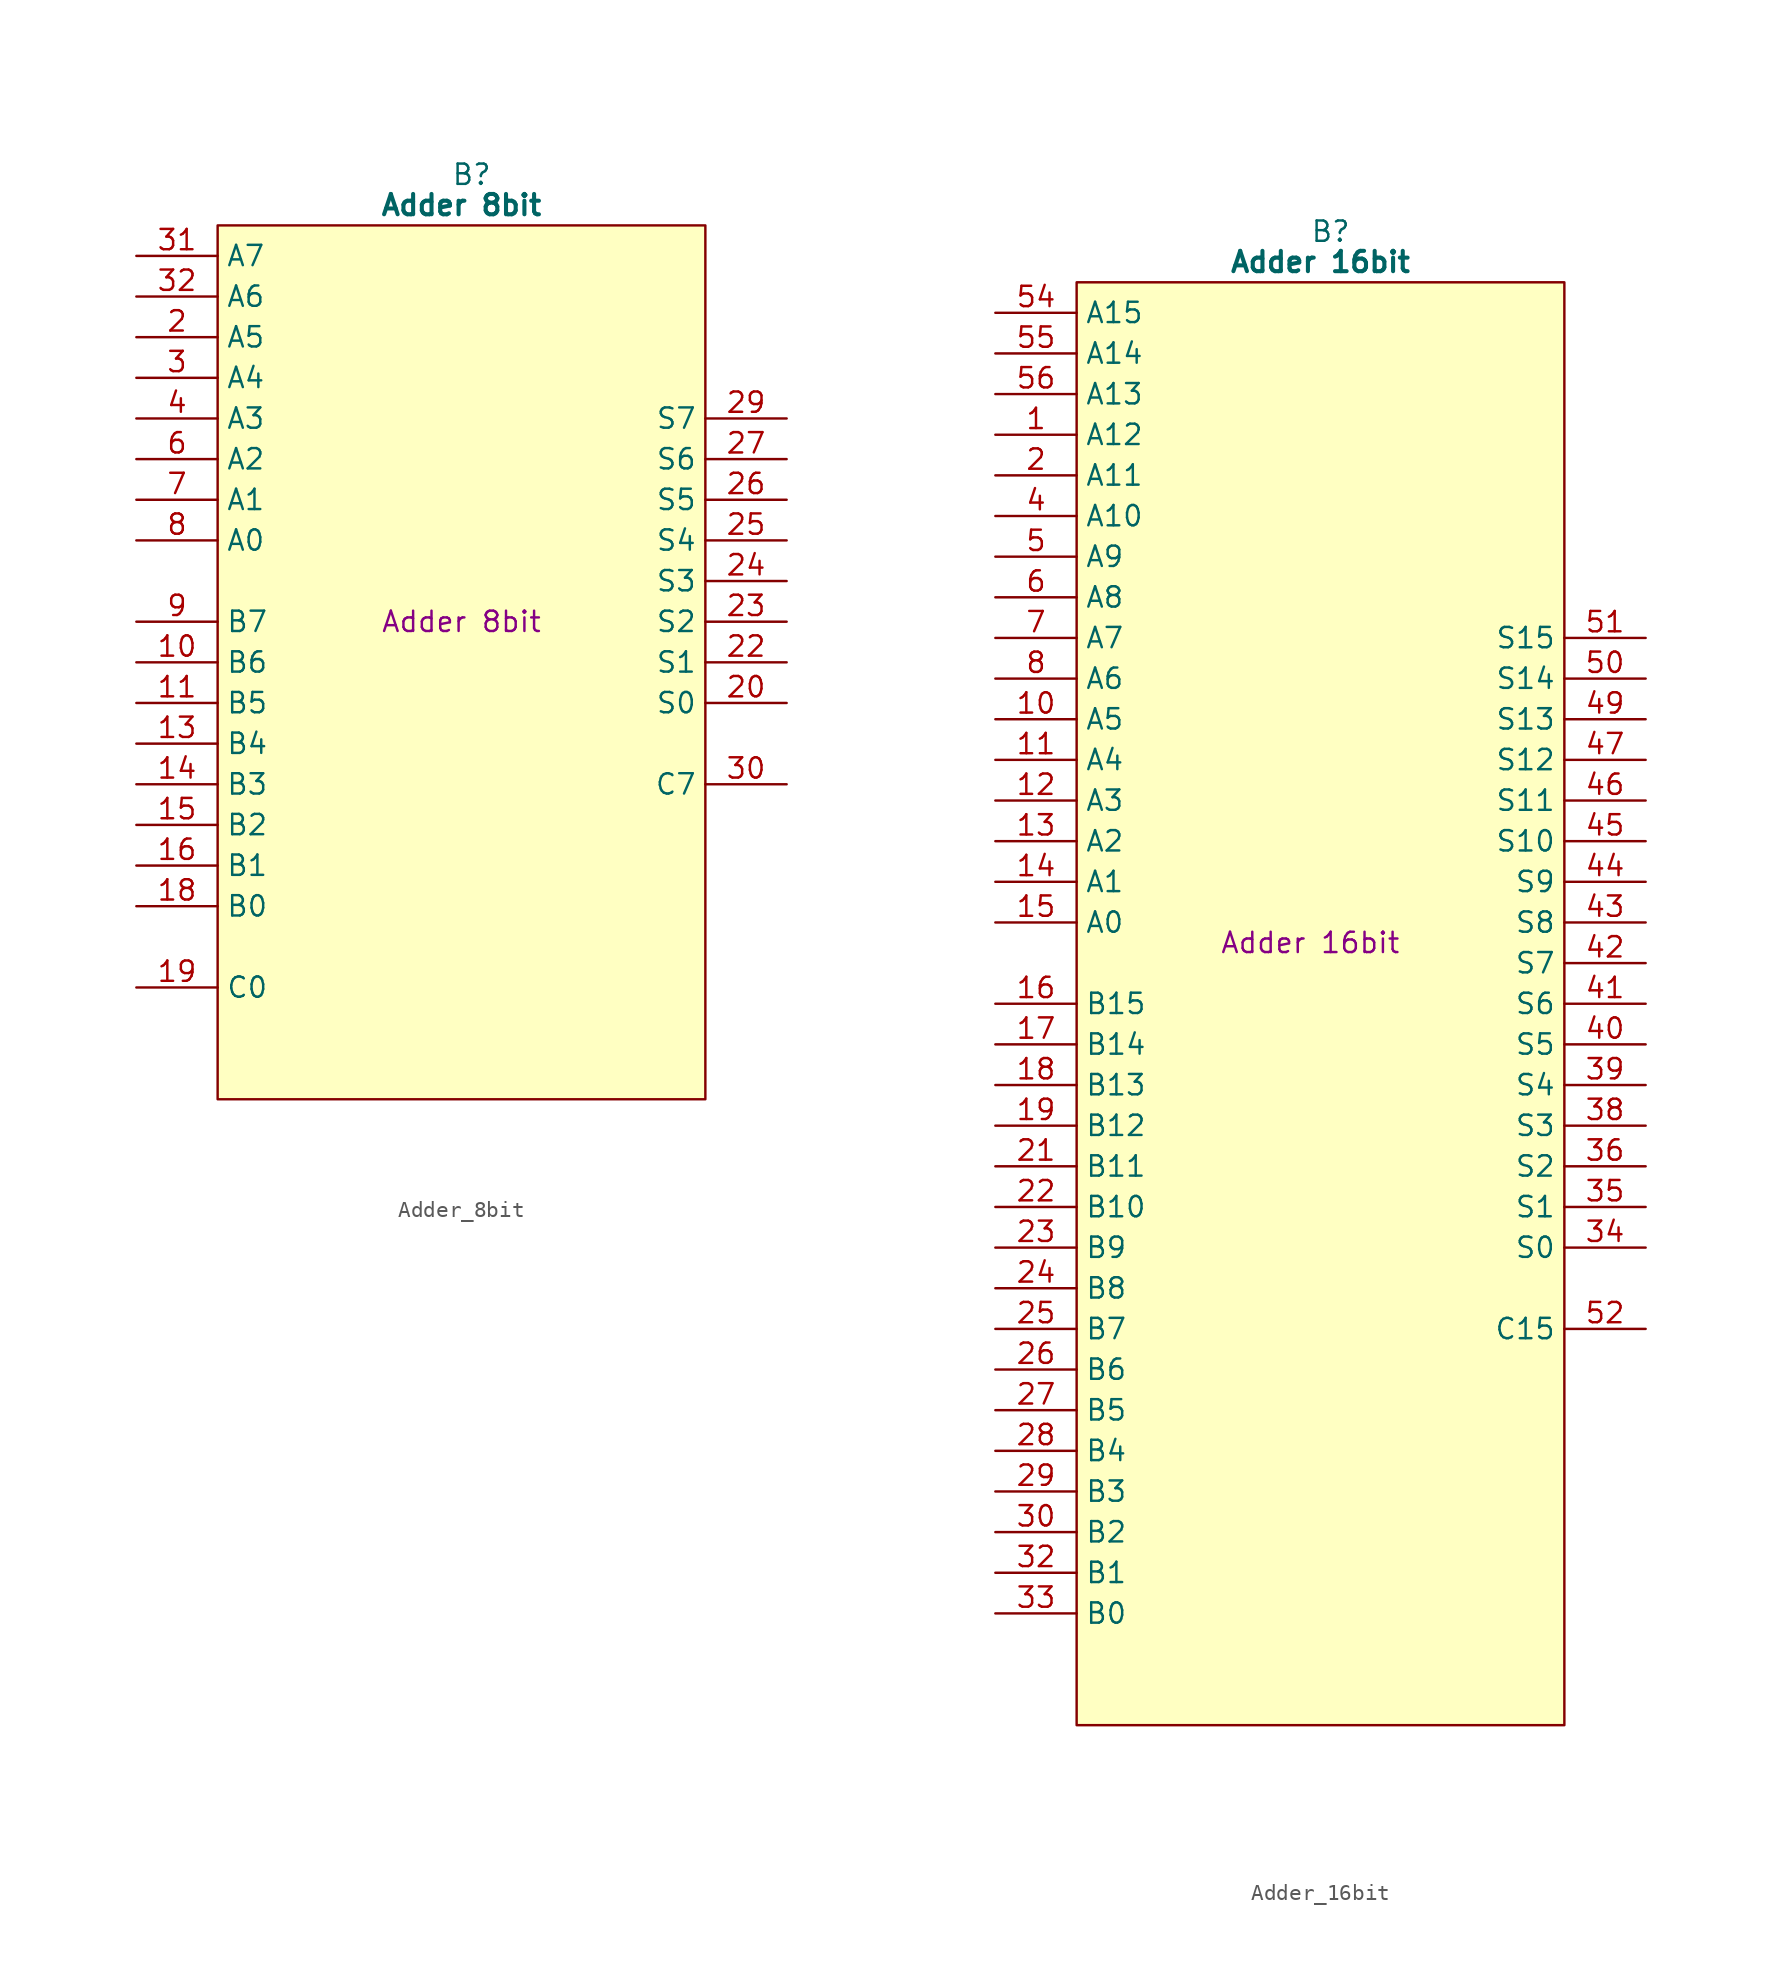
<source format=kicad_sym>
(kicad_symbol_lib
  (version 20241209)
  (generator "kicad_symbol_editor")
  (generator_version "9.0")
  (symbol "Adder_8bit"
    (property "Reference" "B"
      (at 15.875 5.08 0)
      (effects (font (size 1.27 1.27))))
    (property "Value" "Adder 8bit"
      (at 15.24 3.175 0)
      (effects (font (size 1.27 1.27) (bold yes))))
    (property "Description" "Adder 8bit"
      (at 15.24 -22.86 0)
      (effects (font (size 1.27 1.27))))
    (symbol "Adder_8bit_0_1"
      (polyline (pts (xy 0 1.905) (xy 30.48 1.905) (xy 30.48 -52.705) (xy 0 -52.705) (xy 0 1.905)) (stroke (width 0.152) (type default)) (fill (type background))))
    (symbol "Adder_8bit_1_0"
      (pin input line (at -5.08 -38.1 0) (length 5.08) (name "B1" (effects (font (size 1.27 1.27)))) (number "16" (effects (font (size 1.27 1.27)))))
      (pin input line (at -5.08 -40.64 0) (length 5.08) (name "B0" (effects (font (size 1.27 1.27)))) (number "18" (effects (font (size 1.27 1.27)))))
      (pin input line (at -5.08 -45.72 0) (length 5.08) (name "C0" (effects (font (size 1.27 1.27)))) (number "19" (effects (font (size 1.27 1.27)))))
      (pin passive line (at 35.56 -2.54 180) (length 5.08) (hide yes) (name "GND" (effects (font (size 1.27 1.27)))) (number "12" (effects (font (size 1.27 1.27)))))
      (pin output line (at 35.56 -17.78 180) (length 5.08) (name "S4" (effects (font (size 1.27 1.27)))) (number "25" (effects (font (size 1.27 1.27)))))
      (pin output line (at 35.56 -20.32 180) (length 5.08) (name "S3" (effects (font (size 1.27 1.27)))) (number "24" (effects (font (size 1.27 1.27)))))
      (pin output line (at 35.56 -22.86 180) (length 5.08) (name "S2" (effects (font (size 1.27 1.27)))) (number "23" (effects (font (size 1.27 1.27)))))
      (pin output line (at 35.56 -27.94 180) (length 5.08) (name "S0" (effects (font (size 1.27 1.27)))) (number "20" (effects (font (size 1.27 1.27))))))
    (symbol "Adder_8bit_1_1"
      (pin input line (at -5.08 0 0) (length 5.08) (name "A7" (effects (font (size 1.27 1.27)))) (number "31" (effects (font (size 1.27 1.27)))))
      (pin input line (at -5.08 -2.54 0) (length 5.08) (name "A6" (effects (font (size 1.27 1.27)))) (number "32" (effects (font (size 1.27 1.27)))))
      (pin input line (at -5.08 -5.08 0) (length 5.08) (name "A5" (effects (font (size 1.27 1.27)))) (number "2" (effects (font (size 1.27 1.27)))))
      (pin input line (at -5.08 -7.62 0) (length 5.08) (name "A4" (effects (font (size 1.27 1.27)))) (number "3" (effects (font (size 1.27 1.27)))))
      (pin input line (at -5.08 -10.16 0) (length 5.08) (name "A3" (effects (font (size 1.27 1.27)))) (number "4" (effects (font (size 1.27 1.27)))))
      (pin input line (at -5.08 -12.7 0) (length 5.08) (name "A2" (effects (font (size 1.27 1.27)))) (number "6" (effects (font (size 1.27 1.27)))))
      (pin input line (at -5.08 -15.24 0) (length 5.08) (name "A1" (effects (font (size 1.27 1.27)))) (number "7" (effects (font (size 1.27 1.27)))))
      (pin input line (at -5.08 -17.78 0) (length 5.08) (name "A0" (effects (font (size 1.27 1.27)))) (number "8" (effects (font (size 1.27 1.27)))))
      (pin input line (at -5.08 -22.86 0) (length 5.08) (name "B7" (effects (font (size 1.27 1.27)))) (number "9" (effects (font (size 1.27 1.27)))))
      (pin input line (at -5.08 -25.4 0) (length 5.08) (name "B6" (effects (font (size 1.27 1.27)))) (number "10" (effects (font (size 1.27 1.27)))))
      (pin input line (at -5.08 -27.94 0) (length 5.08) (name "B5" (effects (font (size 1.27 1.27)))) (number "11" (effects (font (size 1.27 1.27)))))
      (pin input line (at -5.08 -30.48 0) (length 5.08) (name "B4" (effects (font (size 1.27 1.27)))) (number "13" (effects (font (size 1.27 1.27)))))
      (pin input line (at -5.08 -33.02 0) (length 5.08) (name "B3" (effects (font (size 1.27 1.27)))) (number "14" (effects (font (size 1.27 1.27)))))
      (pin input line (at -5.08 -35.56 0) (length 5.08) (name "B2" (effects (font (size 1.27 1.27)))) (number "15" (effects (font (size 1.27 1.27)))))
      (pin passive line (at -5.08 -48.26 0) (length 5.08) (hide yes) (name "5V" (effects (font (size 1.27 1.27)))) (number "1" (effects (font (size 1.27 1.27)))))
      (pin passive line (at -5.08 -50.8 0) (length 5.08) (hide yes) (name "5V" (effects (font (size 1.27 1.27)))) (number "17" (effects (font (size 1.27 1.27)))))
      (pin passive line (at 35.56 0 180) (length 5.08) (hide yes) (name "GND" (effects (font (size 1.27 1.27)))) (number "5" (effects (font (size 1.27 1.27)))))
      (pin passive line (at 35.56 -5.08 180) (length 5.08) (hide yes) (name "GND" (effects (font (size 1.27 1.27)))) (number "21" (effects (font (size 1.27 1.27)))))
      (pin passive line (at 35.56 -7.62 180) (length 5.08) (hide yes) (name "GND" (effects (font (size 1.27 1.27)))) (number "28" (effects (font (size 1.27 1.27)))))
      (pin output line (at 35.56 -10.16 180) (length 5.08) (name "S7" (effects (font (size 1.27 1.27)))) (number "29" (effects (font (size 1.27 1.27)))))
      (pin output line (at 35.56 -12.7 180) (length 5.08) (name "S6" (effects (font (size 1.27 1.27)))) (number "27" (effects (font (size 1.27 1.27)))))
      (pin output line (at 35.56 -15.24 180) (length 5.08) (name "S5" (effects (font (size 1.27 1.27)))) (number "26" (effects (font (size 1.27 1.27)))))
      (pin output line (at 35.56 -25.4 180) (length 5.08) (name "S1" (effects (font (size 1.27 1.27)))) (number "22" (effects (font (size 1.27 1.27)))))
      (pin output line (at 35.56 -33.02 180) (length 5.08) (name "C7" (effects (font (size 1.27 1.27)))) (number "30" (effects (font (size 1.27 1.27)))))))
  (symbol "Adder_16bit"
    (property "Reference" "B"
      (at 15.875 5.08 0)
      (effects (font (size 1.27 1.27))))
    (property "Value" "Adder 16bit"
      (at 15.24 3.175 0)
      (effects (font (size 1.27 1.27) (bold yes))))
    (property "Description" "Adder 16bit"
      (at 14.605 -39.37 0)
      (effects (font (size 1.27 1.27))))
    (symbol "Adder_16bit_0_1"
      (polyline (pts (xy 0 1.905) (xy 30.48 1.905) (xy 30.48 -88.265) (xy 0 -88.265) (xy 0 1.905)) (stroke (width 0.152) (type default)) (fill (type background))))
    (symbol "Adder_16bit_1_0"
      (pin input line (at -5.08 0 0) (length 5.08) (name "A15" (effects (font (size 1.27 1.27)))) (number "54" (effects (font (size 1.27 1.27)))))
      (pin input line (at -5.08 -2.54 0) (length 5.08) (name "A14" (effects (font (size 1.27 1.27)))) (number "55" (effects (font (size 1.27 1.27)))))
      (pin input line (at -5.08 -5.08 0) (length 5.08) (name "A13" (effects (font (size 1.27 1.27)))) (number "56" (effects (font (size 1.27 1.27)))))
      (pin input line (at -5.08 -78.74 0) (length 5.08) (name "B1" (effects (font (size 1.27 1.27)))) (number "32" (effects (font (size 1.27 1.27)))))
      (pin input line (at -5.08 -81.28 0) (length 5.08) (name "B0" (effects (font (size 1.27 1.27)))) (number "33" (effects (font (size 1.27 1.27)))))
      (pin passive line (at 35.56 -7.62 180) (length 5.08) (hide yes) (name "GND" (effects (font (size 1.27 1.27)))) (number "37" (effects (font (size 1.27 1.27)))))
      (pin output line (at 35.56 -33.02 180) (length 5.08) (name "S10" (effects (font (size 1.27 1.27)))) (number "45" (effects (font (size 1.27 1.27)))))
      (pin output line (at 35.56 -48.26 180) (length 5.08) (name "S4" (effects (font (size 1.27 1.27)))) (number "39" (effects (font (size 1.27 1.27)))))
      (pin output line (at 35.56 -50.8 180) (length 5.08) (name "S3" (effects (font (size 1.27 1.27)))) (number "38" (effects (font (size 1.27 1.27)))))
      (pin output line (at 35.56 -53.34 180) (length 5.08) (name "S2" (effects (font (size 1.27 1.27)))) (number "36" (effects (font (size 1.27 1.27)))))
      (pin output line (at 35.56 -58.42 180) (length 5.08) (name "S0" (effects (font (size 1.27 1.27)))) (number "34" (effects (font (size 1.27 1.27))))))
    (symbol "Adder_16bit_1_1"
      (pin input line (at -5.08 -7.62 0) (length 5.08) (name "A12" (effects (font (size 1.27 1.27)))) (number "1" (effects (font (size 1.27 1.27)))))
      (pin input line (at -5.08 -10.16 0) (length 5.08) (name "A11" (effects (font (size 1.27 1.27)))) (number "2" (effects (font (size 1.27 1.27)))))
      (pin input line (at -5.08 -12.7 0) (length 5.08) (name "A10" (effects (font (size 1.27 1.27)))) (number "4" (effects (font (size 1.27 1.27)))))
      (pin input line (at -5.08 -15.24 0) (length 5.08) (name "A9" (effects (font (size 1.27 1.27)))) (number "5" (effects (font (size 1.27 1.27)))))
      (pin input line (at -5.08 -17.78 0) (length 5.08) (name "A8" (effects (font (size 1.27 1.27)))) (number "6" (effects (font (size 1.27 1.27)))))
      (pin input line (at -5.08 -20.32 0) (length 5.08) (name "A7" (effects (font (size 1.27 1.27)))) (number "7" (effects (font (size 1.27 1.27)))))
      (pin input line (at -5.08 -22.86 0) (length 5.08) (name "A6" (effects (font (size 1.27 1.27)))) (number "8" (effects (font (size 1.27 1.27)))))
      (pin input line (at -5.08 -25.4 0) (length 5.08) (name "A5" (effects (font (size 1.27 1.27)))) (number "10" (effects (font (size 1.27 1.27)))))
      (pin input line (at -5.08 -27.94 0) (length 5.08) (name "A4" (effects (font (size 1.27 1.27)))) (number "11" (effects (font (size 1.27 1.27)))))
      (pin input line (at -5.08 -30.48 0) (length 5.08) (name "A3" (effects (font (size 1.27 1.27)))) (number "12" (effects (font (size 1.27 1.27)))))
      (pin input line (at -5.08 -33.02 0) (length 5.08) (name "A2" (effects (font (size 1.27 1.27)))) (number "13" (effects (font (size 1.27 1.27)))))
      (pin input line (at -5.08 -35.56 0) (length 5.08) (name "A1" (effects (font (size 1.27 1.27)))) (number "14" (effects (font (size 1.27 1.27)))))
      (pin input line (at -5.08 -38.1 0) (length 5.08) (name "A0" (effects (font (size 1.27 1.27)))) (number "15" (effects (font (size 1.27 1.27)))))
      (pin input line (at -5.08 -43.18 0) (length 5.08) (name "B15" (effects (font (size 1.27 1.27)))) (number "16" (effects (font (size 1.27 1.27)))))
      (pin input line (at -5.08 -45.72 0) (length 5.08) (name "B14" (effects (font (size 1.27 1.27)))) (number "17" (effects (font (size 1.27 1.27)))))
      (pin input line (at -5.08 -48.26 0) (length 5.08) (name "B13" (effects (font (size 1.27 1.27)))) (number "18" (effects (font (size 1.27 1.27)))))
      (pin input line (at -5.08 -50.8 0) (length 5.08) (name "B12" (effects (font (size 1.27 1.27)))) (number "19" (effects (font (size 1.27 1.27)))))
      (pin input line (at -5.08 -53.34 0) (length 5.08) (name "B11" (effects (font (size 1.27 1.27)))) (number "21" (effects (font (size 1.27 1.27)))))
      (pin input line (at -5.08 -55.88 0) (length 5.08) (name "B10" (effects (font (size 1.27 1.27)))) (number "22" (effects (font (size 1.27 1.27)))))
      (pin input line (at -5.08 -58.42 0) (length 5.08) (name "B9" (effects (font (size 1.27 1.27)))) (number "23" (effects (font (size 1.27 1.27)))))
      (pin input line (at -5.08 -60.96 0) (length 5.08) (name "B8" (effects (font (size 1.27 1.27)))) (number "24" (effects (font (size 1.27 1.27)))))
      (pin input line (at -5.08 -63.5 0) (length 5.08) (name "B7" (effects (font (size 1.27 1.27)))) (number "25" (effects (font (size 1.27 1.27)))))
      (pin input line (at -5.08 -66.04 0) (length 5.08) (name "B6" (effects (font (size 1.27 1.27)))) (number "26" (effects (font (size 1.27 1.27)))))
      (pin input line (at -5.08 -68.58 0) (length 5.08) (name "B5" (effects (font (size 1.27 1.27)))) (number "27" (effects (font (size 1.27 1.27)))))
      (pin input line (at -5.08 -71.12 0) (length 5.08) (name "B4" (effects (font (size 1.27 1.27)))) (number "28" (effects (font (size 1.27 1.27)))))
      (pin input line (at -5.08 -73.66 0) (length 5.08) (name "B3" (effects (font (size 1.27 1.27)))) (number "29" (effects (font (size 1.27 1.27)))))
      (pin input line (at -5.08 -76.2 0) (length 5.08) (name "B2" (effects (font (size 1.27 1.27)))) (number "30" (effects (font (size 1.27 1.27)))))
      (pin passive line (at -5.08 -83.82 0) (length 5.08) (hide yes) (name "5V" (effects (font (size 1.27 1.27)))) (number "3" (effects (font (size 1.27 1.27)))))
      (pin passive line (at -5.08 -86.36 0) (length 5.08) (hide yes) (name "5V" (effects (font (size 1.27 1.27)))) (number "31" (effects (font (size 1.27 1.27)))))
      (pin passive line (at 35.56 0 180) (length 5.08) (hide yes) (name "GND" (effects (font (size 1.27 1.27)))) (number "9" (effects (font (size 1.27 1.27)))))
      (pin passive line (at 35.56 -2.54 180) (length 5.08) (hide yes) (name "GND" (effects (font (size 1.27 1.27)))) (number "20" (effects (font (size 1.27 1.27)))))
      (pin passive line (at 35.56 -5.08 180) (length 5.08) (hide yes) (name "GND" (effects (font (size 1.27 1.27)))) (number "48" (effects (font (size 1.27 1.27)))))
      (pin output line (at 35.56 -20.32 180) (length 5.08) (name "S15" (effects (font (size 1.27 1.27)))) (number "51" (effects (font (size 1.27 1.27)))))
      (pin output line (at 35.56 -22.86 180) (length 5.08) (name "S14" (effects (font (size 1.27 1.27)))) (number "50" (effects (font (size 1.27 1.27)))))
      (pin output line (at 35.56 -25.4 180) (length 5.08) (name "S13" (effects (font (size 1.27 1.27)))) (number "49" (effects (font (size 1.27 1.27)))))
      (pin output line (at 35.56 -27.94 180) (length 5.08) (name "S12" (effects (font (size 1.27 1.27)))) (number "47" (effects (font (size 1.27 1.27)))))
      (pin output line (at 35.56 -30.48 180) (length 5.08) (name "S11" (effects (font (size 1.27 1.27)))) (number "46" (effects (font (size 1.27 1.27)))))
      (pin output line (at 35.56 -35.56 180) (length 5.08) (name "S9" (effects (font (size 1.27 1.27)))) (number "44" (effects (font (size 1.27 1.27)))))
      (pin output line (at 35.56 -38.1 180) (length 5.08) (name "S8" (effects (font (size 1.27 1.27)))) (number "43" (effects (font (size 1.27 1.27)))))
      (pin output line (at 35.56 -40.64 180) (length 5.08) (name "S7" (effects (font (size 1.27 1.27)))) (number "42" (effects (font (size 1.27 1.27)))))
      (pin output line (at 35.56 -43.18 180) (length 5.08) (name "S6" (effects (font (size 1.27 1.27)))) (number "41" (effects (font (size 1.27 1.27)))))
      (pin output line (at 35.56 -45.72 180) (length 5.08) (name "S5" (effects (font (size 1.27 1.27)))) (number "40" (effects (font (size 1.27 1.27)))))
      (pin output line (at 35.56 -55.88 180) (length 5.08) (name "S1" (effects (font (size 1.27 1.27)))) (number "35" (effects (font (size 1.27 1.27)))))
      (pin output line (at 35.56 -63.5 180) (length 5.08) (name "C15" (effects (font (size 1.27 1.27)))) (number "52" (effects (font (size 1.27 1.27)))))
      (pin no_connect line (at 35.56 -86.36 180) (length 5.08) (hide yes) (name "N.C." (effects (font (size 1.27 1.27)))) (number "53" (effects (font (size 1.27 1.27))))))))
</source>
